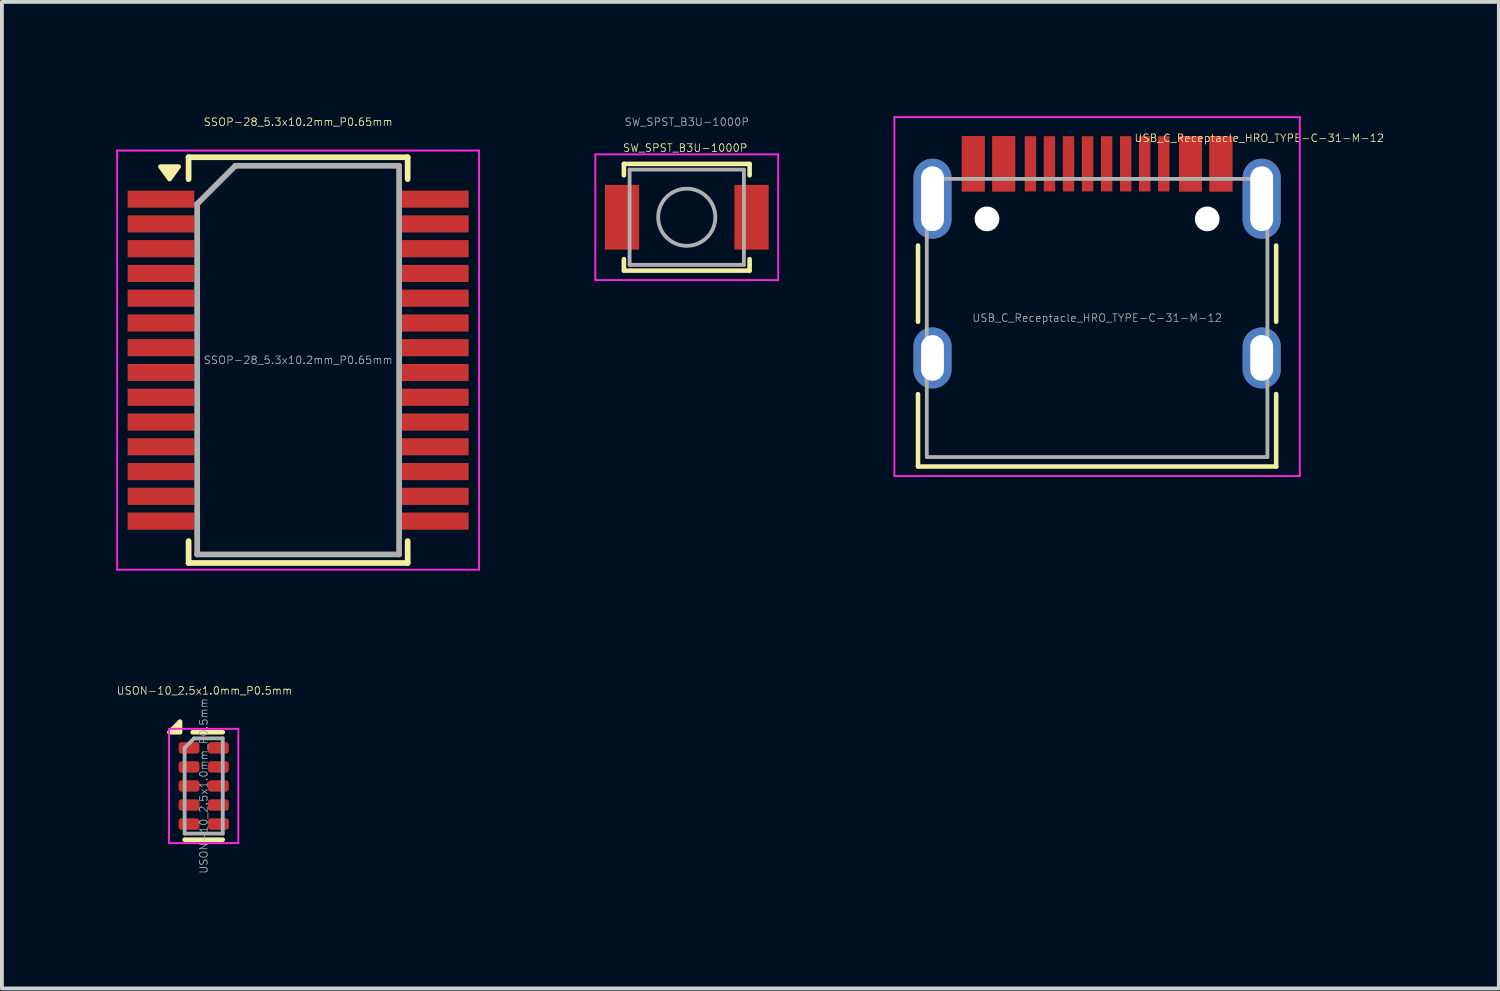
<source format=kicad_pcb>
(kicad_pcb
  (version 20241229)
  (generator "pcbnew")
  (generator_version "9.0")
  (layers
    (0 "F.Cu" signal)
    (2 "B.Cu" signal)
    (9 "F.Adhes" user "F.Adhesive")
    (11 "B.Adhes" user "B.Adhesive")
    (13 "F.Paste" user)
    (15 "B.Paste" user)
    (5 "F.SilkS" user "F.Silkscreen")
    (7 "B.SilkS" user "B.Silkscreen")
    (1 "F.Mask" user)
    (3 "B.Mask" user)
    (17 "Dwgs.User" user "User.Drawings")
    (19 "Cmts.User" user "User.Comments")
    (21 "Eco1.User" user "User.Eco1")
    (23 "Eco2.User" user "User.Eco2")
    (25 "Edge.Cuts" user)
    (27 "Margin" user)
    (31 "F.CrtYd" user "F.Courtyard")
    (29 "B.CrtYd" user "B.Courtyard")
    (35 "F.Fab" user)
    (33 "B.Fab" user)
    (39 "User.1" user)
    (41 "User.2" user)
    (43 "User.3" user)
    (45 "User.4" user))
  (footprint "USON-10_2.5x1.0mm_P0.5mm"
    (layer "F.Cu")
    (at 2.296 17.579)
    (property "Reference" "USON-10_2.5x1.0mm_P0.5mm" (at 0.018 -2.5 180) (layer "F.SilkS") (effects (font (size 0.2 0.2) (thickness 0.02))))
    (attr smd)
    (fp_line (start 0.5 -1.41) (end -0.29 -1.41) (stroke (width 0.12) (type solid)) (layer "F.SilkS"))
    (fp_line (start 0.5 1.41) (end -0.5 1.41) (stroke (width 0.12) (type solid)) (layer "F.SilkS"))
    (fp_poly (pts (xy -0.62 -1.41) (xy -0.9 -1.41) (xy -0.62 -1.69) (xy -0.62 -1.41)) (stroke (width 0.12) (type solid)) (fill yes) (layer "F.SilkS"))
    (fp_line (start -0.91 -1.5) (end 0.91 -1.5) (stroke (width 0.05) (type solid)) (layer "F.CrtYd"))
    (fp_line (start -0.91 1.5) (end -0.91 -1.5) (stroke (width 0.05) (type solid)) (layer "F.CrtYd"))
    (fp_line (start 0.91 -1.5) (end 0.91 1.5) (stroke (width 0.05) (type solid)) (layer "F.CrtYd"))
    (fp_line (start 0.91 1.5) (end -0.91 1.5) (stroke (width 0.05) (type solid)) (layer "F.CrtYd"))
    (fp_line (start -0.5 -1) (end -0.5 1.25) (stroke (width 0.1) (type solid)) (layer "F.Fab"))
    (fp_line (start -0.5 1.25) (end 0.5 1.25) (stroke (width 0.1) (type solid)) (layer "F.Fab"))
    (fp_line (start -0.25 -1.25) (end -0.5 -1) (stroke (width 0.1) (type solid)) (layer "F.Fab"))
    (fp_line (start 0.5 -1.25) (end -0.25 -1.25) (stroke (width 0.1) (type solid)) (layer "F.Fab"))
    (fp_line (start 0.5 -1.25) (end 0.5 1.25) (stroke (width 0.1) (type solid)) (layer "F.Fab"))
    (fp_text user "${REFERENCE}" (at 0 0 90) (layer "F.Fab") (effects (font (size 0.2 0.2) (thickness 0.02))))
    (pad "1" smd roundrect (at -0.385 -1 270) (size 0.3 0.55) (layers "F.Cu" "F.Mask" "F.Paste") (roundrect_rratio 0.25))
    (pad "2" smd roundrect (at -0.385 -0.5 270) (size 0.3 0.55) (layers "F.Cu" "F.Mask" "F.Paste") (roundrect_rratio 0.25))
    (pad "3" smd roundrect (at -0.385 0 270) (size 0.3 0.55) (layers "F.Cu" "F.Mask" "F.Paste") (roundrect_rratio 0.25))
    (pad "4" smd roundrect (at -0.385 0.5 270) (size 0.3 0.55) (layers "F.Cu" "F.Mask" "F.Paste") (roundrect_rratio 0.25))
    (pad "5" smd roundrect (at -0.385 1 270) (size 0.3 0.55) (layers "F.Cu" "F.Mask" "F.Paste") (roundrect_rratio 0.25))
    (pad "6" smd roundrect (at 0.385 1 270) (size 0.3 0.55) (layers "F.Cu" "F.Mask" "F.Paste") (roundrect_rratio 0.25))
    (pad "7" smd roundrect (at 0.385 0.5 270) (size 0.3 0.55) (layers "F.Cu" "F.Mask" "F.Paste") (roundrect_rratio 0.25))
    (pad "8" smd roundrect (at 0.385 0 270) (size 0.3 0.55) (layers "F.Cu" "F.Mask" "F.Paste") (roundrect_rratio 0.25))
    (pad "9" smd roundrect (at 0.385 -0.5 270) (size 0.3 0.55) (layers "F.Cu" "F.Mask" "F.Paste") (roundrect_rratio 0.25))
    (pad "10" smd roundrect (at 0.385 -1 270) (size 0.3 0.55) (layers "F.Cu" "F.Mask" "F.Paste") (roundrect_rratio 0.25)))
  (footprint "SSOP-28_5.3x10.2mm_P0.65mm"
    (layer "F.Cu")
    (at 4.775 6.402)
    (property "Reference" "SSOP-28_5.3x10.2mm_P0.65mm" (at 0 -6.25 180) (layer "F.SilkS") (effects (font (size 0.2 0.2) (thickness 0.02))))
    (attr smd)
    (fp_line (start -2.875 -5.325) (end -2.875 -4.75) (stroke (width 0.15) (type solid)) (layer "F.SilkS"))
    (fp_line (start -2.875 -5.325) (end 2.875 -5.325) (stroke (width 0.15) (type solid)) (layer "F.SilkS"))
    (fp_line (start -2.875 4.75) (end -2.875 5.325) (stroke (width 0.15) (type solid)) (layer "F.SilkS"))
    (fp_line (start -2.875 5.325) (end 2.875 5.325) (stroke (width 0.15) (type solid)) (layer "F.SilkS"))
    (fp_line (start 2.875 -5.325) (end 2.875 -4.75) (stroke (width 0.15) (type solid)) (layer "F.SilkS"))
    (fp_line (start 2.875 4.75) (end 2.875 5.325) (stroke (width 0.15) (type solid)) (layer "F.SilkS"))
    (fp_poly (pts (xy -3.375 -4.75) (xy -3.615 -5.08) (xy -3.135 -5.08) (xy -3.375 -4.75)) (stroke (width 0.12) (type solid)) (fill yes) (layer "F.SilkS"))
    (fp_line (start -4.75 -5.5) (end -4.75 5.5) (stroke (width 0.05) (type solid)) (layer "F.CrtYd"))
    (fp_line (start -4.75 -5.5) (end 4.75 -5.5) (stroke (width 0.05) (type solid)) (layer "F.CrtYd"))
    (fp_line (start -4.75 5.5) (end 4.75 5.5) (stroke (width 0.05) (type solid)) (layer "F.CrtYd"))
    (fp_line (start 4.75 -5.5) (end 4.75 5.5) (stroke (width 0.05) (type solid)) (layer "F.CrtYd"))
    (fp_line (start -2.65 -4.1) (end -1.65 -5.1) (stroke (width 0.15) (type solid)) (layer "F.Fab"))
    (fp_line (start -2.65 5.1) (end -2.65 -4.1) (stroke (width 0.15) (type solid)) (layer "F.Fab"))
    (fp_line (start -1.65 -5.1) (end 2.65 -5.1) (stroke (width 0.15) (type solid)) (layer "F.Fab"))
    (fp_line (start 2.65 -5.1) (end 2.65 5.1) (stroke (width 0.15) (type solid)) (layer "F.Fab"))
    (fp_line (start 2.65 5.1) (end -2.65 5.1) (stroke (width 0.15) (type solid)) (layer "F.Fab"))
    (fp_text user "${REFERENCE}" (at 0 0 180) (layer "F.Fab") (effects (font (size 0.2 0.2) (thickness 0.02))))
    (pad "1" smd rect (at -3.6 -4.225) (size 1.75 0.45) (layers "F.Cu" "F.Mask" "F.Paste"))
    (pad "2" smd rect (at -3.6 -3.575) (size 1.75 0.45) (layers "F.Cu" "F.Mask" "F.Paste"))
    (pad "3" smd rect (at -3.6 -2.925) (size 1.75 0.45) (layers "F.Cu" "F.Mask" "F.Paste"))
    (pad "4" smd rect (at -3.6 -2.275) (size 1.75 0.45) (layers "F.Cu" "F.Mask" "F.Paste"))
    (pad "5" smd rect (at -3.6 -1.625) (size 1.75 0.45) (layers "F.Cu" "F.Mask" "F.Paste"))
    (pad "6" smd rect (at -3.6 -0.975) (size 1.75 0.45) (layers "F.Cu" "F.Mask" "F.Paste"))
    (pad "7" smd rect (at -3.6 -0.325) (size 1.75 0.45) (layers "F.Cu" "F.Mask" "F.Paste"))
    (pad "8" smd rect (at -3.6 0.325) (size 1.75 0.45) (layers "F.Cu" "F.Mask" "F.Paste"))
    (pad "9" smd rect (at -3.6 0.975) (size 1.75 0.45) (layers "F.Cu" "F.Mask" "F.Paste"))
    (pad "10" smd rect (at -3.6 1.625) (size 1.75 0.45) (layers "F.Cu" "F.Mask" "F.Paste"))
    (pad "11" smd rect (at -3.6 2.275) (size 1.75 0.45) (layers "F.Cu" "F.Mask" "F.Paste"))
    (pad "12" smd rect (at -3.6 2.925) (size 1.75 0.45) (layers "F.Cu" "F.Mask" "F.Paste"))
    (pad "13" smd rect (at -3.6 3.575) (size 1.75 0.45) (layers "F.Cu" "F.Mask" "F.Paste"))
    (pad "14" smd rect (at -3.6 4.225) (size 1.75 0.45) (layers "F.Cu" "F.Mask" "F.Paste"))
    (pad "15" smd rect (at 3.6 4.225) (size 1.75 0.45) (layers "F.Cu" "F.Mask" "F.Paste"))
    (pad "16" smd rect (at 3.6 3.575) (size 1.75 0.45) (layers "F.Cu" "F.Mask" "F.Paste"))
    (pad "17" smd rect (at 3.6 2.925) (size 1.75 0.45) (layers "F.Cu" "F.Mask" "F.Paste"))
    (pad "18" smd rect (at 3.6 2.275) (size 1.75 0.45) (layers "F.Cu" "F.Mask" "F.Paste"))
    (pad "19" smd rect (at 3.6 1.625) (size 1.75 0.45) (layers "F.Cu" "F.Mask" "F.Paste"))
    (pad "20" smd rect (at 3.6 0.975) (size 1.75 0.45) (layers "F.Cu" "F.Mask" "F.Paste"))
    (pad "21" smd rect (at 3.6 0.325) (size 1.75 0.45) (layers "F.Cu" "F.Mask" "F.Paste"))
    (pad "22" smd rect (at 3.6 -0.325) (size 1.75 0.45) (layers "F.Cu" "F.Mask" "F.Paste"))
    (pad "23" smd rect (at 3.6 -0.975) (size 1.75 0.45) (layers "F.Cu" "F.Mask" "F.Paste"))
    (pad "24" smd rect (at 3.6 -1.625) (size 1.75 0.45) (layers "F.Cu" "F.Mask" "F.Paste"))
    (pad "25" smd rect (at 3.6 -2.275) (size 1.75 0.45) (layers "F.Cu" "F.Mask" "F.Paste"))
    (pad "26" smd rect (at 3.6 -2.925) (size 1.75 0.45) (layers "F.Cu" "F.Mask" "F.Paste"))
    (pad "27" smd rect (at 3.6 -3.575) (size 1.75 0.45) (layers "F.Cu" "F.Mask" "F.Paste"))
    (pad "28" smd rect (at 3.6 -4.225) (size 1.75 0.45) (layers "F.Cu" "F.Mask" "F.Paste")))
  (footprint "SW_SPST_B3U-1000P"
    (layer "F.Cu")
    (at 14.975 2.652)
    (property "Reference" "SW_SPST_B3U-1000P" (at -0.04 -1.82 0) (layer "F.SilkS") (effects (font (size 0.2 0.2) (thickness 0.02))))
    (attr smd)
    (fp_line (start -1.65 -1.4) (end 1.65 -1.4) (stroke (width 0.12) (type solid)) (layer "F.SilkS"))
    (fp_line (start -1.65 -1.1) (end -1.65 -1.4) (stroke (width 0.12) (type solid)) (layer "F.SilkS"))
    (fp_line (start -1.65 1.1) (end -1.65 1.4) (stroke (width 0.12) (type solid)) (layer "F.SilkS"))
    (fp_line (start -1.65 1.4) (end 1.65 1.4) (stroke (width 0.12) (type solid)) (layer "F.SilkS"))
    (fp_line (start 1.65 -1.4) (end 1.65 -1.1) (stroke (width 0.12) (type solid)) (layer "F.SilkS"))
    (fp_line (start 1.65 1.4) (end 1.65 1.1) (stroke (width 0.12) (type solid)) (layer "F.SilkS"))
    (fp_line (start -2.4 -1.65) (end -2.4 1.65) (stroke (width 0.05) (type solid)) (layer "F.CrtYd"))
    (fp_line (start -2.4 1.65) (end 2.4 1.65) (stroke (width 0.05) (type solid)) (layer "F.CrtYd"))
    (fp_line (start 2.4 -1.65) (end -2.4 -1.65) (stroke (width 0.05) (type solid)) (layer "F.CrtYd"))
    (fp_line (start 2.4 1.65) (end 2.4 -1.65) (stroke (width 0.05) (type solid)) (layer "F.CrtYd"))
    (fp_line (start -1.5 -1.25) (end 1.5 -1.25) (stroke (width 0.1) (type solid)) (layer "F.Fab"))
    (fp_line (start -1.5 1.25) (end -1.5 -1.25) (stroke (width 0.1) (type solid)) (layer "F.Fab"))
    (fp_line (start 1.5 -1.25) (end 1.5 1.25) (stroke (width 0.1) (type solid)) (layer "F.Fab"))
    (fp_line (start 1.5 1.25) (end -1.5 1.25) (stroke (width 0.1) (type solid)) (layer "F.Fab"))
    (fp_circle (center 0 0) (end 0.75 0) (stroke (width 0.1) (type solid)) (fill no) (layer "F.Fab"))
    (fp_text user "${REFERENCE}" (at 0 -2.5 0) (layer "F.Fab") (effects (font (size 0.2 0.2) (thickness 0.02))))
    (pad "1" smd rect (at -1.7 0) (size 0.9 1.7) (layers "F.Cu" "F.Mask" "F.Paste"))
    (pad "2" smd rect (at 1.7 0) (size 0.9 1.7) (layers "F.Cu" "F.Mask" "F.Paste")))
  (footprint "USB_C_Receptacle_HRO_TYPE-C-31-M-12"
    (layer "F.Cu")
    (at 25.745 5.295)
    (property "Reference" "USB_C_Receptacle_HRO_TYPE-C-31-M-12" (at 4.257 -4.72 0) (layer "F.SilkS") (effects (font (size 0.2 0.2) (thickness 0.02))))
    (attr smd)
    (fp_line (start -4.7 -1.9) (end -4.7 0.1) (stroke (width 0.12) (type solid)) (layer "F.SilkS"))
    (fp_line (start -4.7 2) (end -4.7 3.9) (stroke (width 0.12) (type solid)) (layer "F.SilkS"))
    (fp_line (start -4.7 3.9) (end 4.7 3.9) (stroke (width 0.12) (type solid)) (layer "F.SilkS"))
    (fp_line (start 4.7 -1.9) (end 4.7 0.1) (stroke (width 0.12) (type solid)) (layer "F.SilkS"))
    (fp_line (start 4.7 2) (end 4.7 3.9) (stroke (width 0.12) (type solid)) (layer "F.SilkS"))
    (fp_line (start -5.32 -5.27) (end -5.32 4.15) (stroke (width 0.05) (type solid)) (layer "F.CrtYd"))
    (fp_line (start -5.32 -5.27) (end 5.32 -5.27) (stroke (width 0.05) (type solid)) (layer "F.CrtYd"))
    (fp_line (start -5.32 4.15) (end 5.32 4.15) (stroke (width 0.05) (type solid)) (layer "F.CrtYd"))
    (fp_line (start 5.32 -5.27) (end 5.32 4.15) (stroke (width 0.05) (type solid)) (layer "F.CrtYd"))
    (fp_line (start -4.47 -3.65) (end -4.47 3.65) (stroke (width 0.1) (type solid)) (layer "F.Fab"))
    (fp_line (start -4.47 -3.65) (end 4.47 -3.65) (stroke (width 0.1) (type solid)) (layer "F.Fab"))
    (fp_line (start -4.47 3.65) (end 4.47 3.65) (stroke (width 0.1) (type solid)) (layer "F.Fab"))
    (fp_line (start 4.47 -3.65) (end 4.47 3.65) (stroke (width 0.1) (type solid)) (layer "F.Fab"))
    (fp_text user "${REFERENCE}" (at 0 0 0) (layer "F.Fab") (effects (font (size 0.2 0.2) (thickness 0.02))))
    (pad "" np_thru_hole circle (at -2.89 -2.6) (size 0.65 0.65) (drill 0.65) (layers "*.Cu" "*.Mask"))
    (pad "" np_thru_hole circle (at 2.89 -2.6) (size 0.65 0.65) (drill 0.65) (layers "*.Cu" "*.Mask"))
    (pad "A1" smd rect (at -3.25 -4.045) (size 0.6 1.45) (layers "F.Cu" "F.Mask" "F.Paste"))
    (pad "A4" smd rect (at -2.45 -4.045) (size 0.6 1.45) (layers "F.Cu" "F.Mask" "F.Paste"))
    (pad "A5" smd rect (at -1.25 -4.045) (size 0.3 1.45) (layers "F.Cu" "F.Mask" "F.Paste"))
    (pad "A6" smd rect (at -0.25 -4.045) (size 0.3 1.45) (layers "F.Cu" "F.Mask" "F.Paste"))
    (pad "A7" smd rect (at 0.25 -4.045) (size 0.3 1.45) (layers "F.Cu" "F.Mask" "F.Paste"))
    (pad "A8" smd rect (at 1.25 -4.045) (size 0.3 1.45) (layers "F.Cu" "F.Mask" "F.Paste"))
    (pad "A9" smd rect (at 2.45 -4.045) (size 0.6 1.45) (layers "F.Cu" "F.Mask" "F.Paste"))
    (pad "A12" smd rect (at 3.25 -4.045) (size 0.6 1.45) (layers "F.Cu" "F.Mask" "F.Paste"))
    (pad "B1" smd rect (at 3.25 -4.045) (size 0.6 1.45) (layers "F.Cu" "F.Mask" "F.Paste"))
    (pad "B4" smd rect (at 2.45 -4.045) (size 0.6 1.45) (layers "F.Cu" "F.Mask" "F.Paste"))
    (pad "B5" smd rect (at 1.75 -4.045) (size 0.3 1.45) (layers "F.Cu" "F.Mask" "F.Paste"))
    (pad "B6" smd rect (at 0.75 -4.045) (size 0.3 1.45) (layers "F.Cu" "F.Mask" "F.Paste"))
    (pad "B7" smd rect (at -0.75 -4.045) (size 0.3 1.45) (layers "F.Cu" "F.Mask" "F.Paste"))
    (pad "B8" smd rect (at -1.75 -4.045) (size 0.3 1.45) (layers "F.Cu" "F.Mask" "F.Paste"))
    (pad "B9" smd rect (at -2.45 -4.045) (size 0.6 1.45) (layers "F.Cu" "F.Mask" "F.Paste"))
    (pad "B12" smd rect (at -3.25 -4.045) (size 0.6 1.45) (layers "F.Cu" "F.Mask" "F.Paste"))
    (pad "S1" thru_hole oval (at -4.32 -3.13) (size 1 2.1) (drill oval 0.6 1.7) (property pad_prop_heatsink) (layers "*.Cu" "*.Mask"))
    (pad "S1" thru_hole oval (at -4.32 1.05) (size 1 1.6) (drill oval 0.6 1.2) (property pad_prop_heatsink) (layers "*.Cu" "*.Mask"))
    (pad "S1" thru_hole oval (at 4.32 -3.13) (size 1 2.1) (drill oval 0.6 1.7) (property pad_prop_heatsink) (layers "*.Cu" "*.Mask"))
    (pad "S1" thru_hole oval (at 4.32 1.05) (size 1 1.6) (drill oval 0.6 1.2) (property pad_prop_heatsink) (layers "*.Cu" "*.Mask")))
  (gr_rect
    (start -3 -3)
    (end 36.289 22.894)
    (stroke (width 0.1) (type default))
    (fill no)
    (layer "Edge.Cuts")))
</source>
